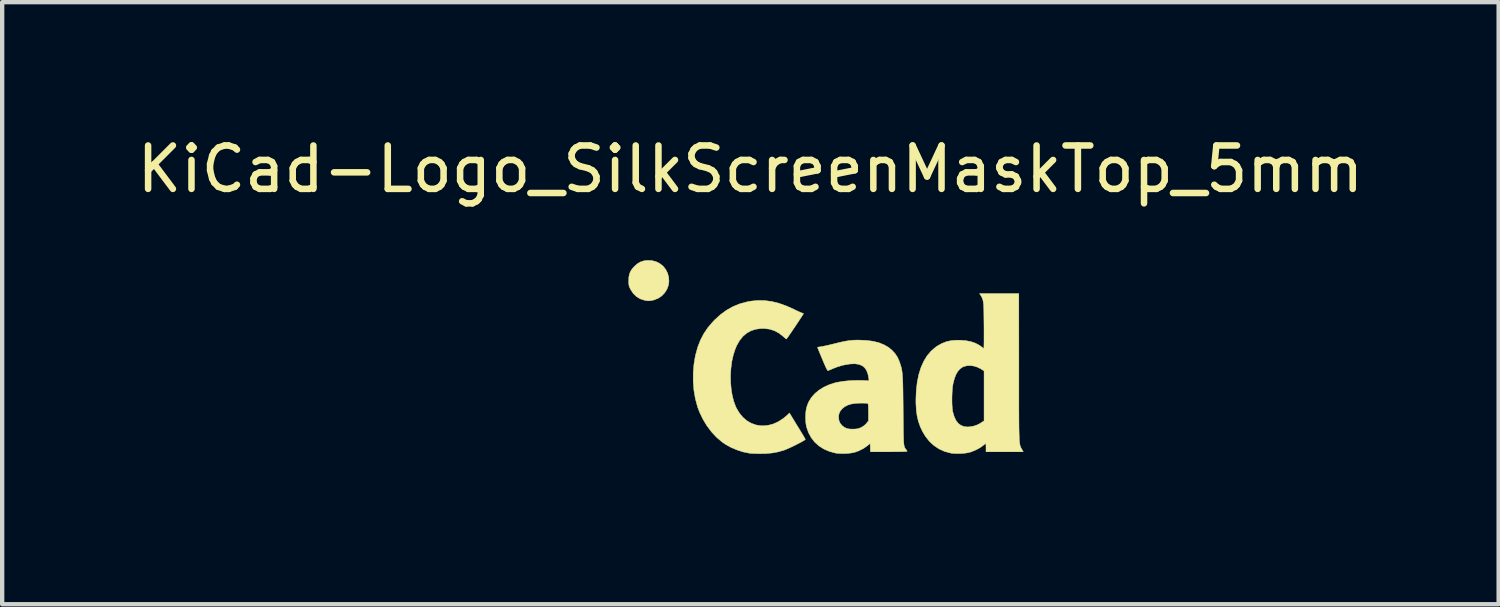
<source format=kicad_pcb>
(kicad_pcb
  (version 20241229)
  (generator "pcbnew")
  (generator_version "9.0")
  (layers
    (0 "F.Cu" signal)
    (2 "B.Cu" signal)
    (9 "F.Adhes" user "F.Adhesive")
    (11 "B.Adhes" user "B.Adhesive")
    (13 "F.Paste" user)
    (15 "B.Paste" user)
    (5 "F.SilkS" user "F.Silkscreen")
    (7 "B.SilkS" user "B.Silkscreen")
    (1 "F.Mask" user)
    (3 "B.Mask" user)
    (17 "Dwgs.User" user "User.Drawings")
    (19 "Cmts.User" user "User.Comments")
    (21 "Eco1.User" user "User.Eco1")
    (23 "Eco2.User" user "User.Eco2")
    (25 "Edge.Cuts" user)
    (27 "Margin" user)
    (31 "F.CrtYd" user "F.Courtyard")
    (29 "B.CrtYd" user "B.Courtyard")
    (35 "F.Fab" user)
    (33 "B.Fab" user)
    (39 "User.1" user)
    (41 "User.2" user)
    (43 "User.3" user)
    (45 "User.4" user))
  (footprint "KiCad-Logo_SilkScreenMaskTop_5mm"
    (layer "F.Cu")
    (at 14.244 5.928)
    (property "Reference" "KiCad-Logo_SilkScreenMaskTop_5mm" (at 0 -5.08 0) (layer "F.SilkS") (effects (font (size 1 1) (thickness 0.15))))
    (attr exclude_from_pos_files exclude_from_bom)
    (fp_poly (pts (xy -2.946 -2.511) (xy -2.936 -2.397) (xy -2.904 -2.289) (xy -2.853 -2.19) (xy -2.784 -2.102) (xy -2.699 -2.027) (xy -2.602 -1.97) (xy -2.496 -1.93) (xy -2.389 -1.911) (xy -2.283 -1.913) (xy -2.181 -1.932) (xy -2.085 -1.969) (xy -1.996 -2.021) (xy -1.917 -2.087) (xy -1.849 -2.167) (xy -1.796 -2.258) (xy -1.759 -2.359) (xy -1.74 -2.47) (xy -1.738 -2.52) (xy -1.738 -2.608) (xy -1.687 -2.608) (xy -1.65 -2.605) (xy -1.623 -2.593) (xy -1.596 -2.569) (xy -1.558 -2.531) (xy -1.558 -0.339) (xy -1.558 -0.077) (xy -1.558 0.163) (xy -1.558 0.383) (xy -1.558 0.583) (xy -1.558 0.764) (xy -1.558 0.928) (xy -1.559 1.074) (xy -1.559 1.205) (xy -1.559 1.32) (xy -1.56 1.421) (xy -1.561 1.509) (xy -1.561 1.585) (xy -1.562 1.65) (xy -1.563 1.704) (xy -1.564 1.749) (xy -1.565 1.786) (xy -1.567 1.815) (xy -1.568 1.837) (xy -1.57 1.854) (xy -1.572 1.866) (xy -1.574 1.874) (xy -1.576 1.88) (xy -1.577 1.882) (xy -1.581 1.889) (xy -1.585 1.895) (xy -1.589 1.901) (xy -1.594 1.906) (xy -1.601 1.911) (xy -1.611 1.916) (xy -1.625 1.92) (xy -1.645 1.923) (xy -1.669 1.926) (xy -1.701 1.929) (xy -1.741 1.931) (xy -1.789 1.934) (xy -1.846 1.935) (xy -1.914 1.937) (xy -1.994 1.938) (xy -2.085 1.939) (xy -2.19 1.94) (xy -2.309 1.94) (xy -2.443 1.941) (xy -2.593 1.941) (xy -2.76 1.941) (xy -2.945 1.942) (xy -3.149 1.942) (xy -3.372 1.942) (xy -3.616 1.941) (xy -3.881 1.941) (xy -3.92 1.941) (xy -4.187 1.941) (xy -4.432 1.941) (xy -4.657 1.941) (xy -4.861 1.941) (xy -5.047 1.941) (xy -5.215 1.941) (xy -5.366 1.94) (xy -5.501 1.94) (xy -5.62 1.939) (xy -5.725 1.939) (xy -5.817 1.938) (xy -5.896 1.938) (xy -5.964 1.937) (xy -6.021 1.936) (xy -6.069 1.935) (xy -6.107 1.933) (xy -6.138 1.932) (xy -6.162 1.931) (xy -6.18 1.929) (xy -6.192 1.927) (xy -6.201 1.925) (xy -6.205 1.923) (xy -6.214 1.92) (xy -6.221 1.917) (xy -6.229 1.915) (xy -6.235 1.911) (xy -6.241 1.906) (xy -6.246 1.897) (xy -6.251 1.885) (xy -6.255 1.869) (xy -6.259 1.846) (xy -6.262 1.818) (xy -6.265 1.781) (xy -6.268 1.737) (xy -6.27 1.683) (xy -6.271 1.618) (xy -6.273 1.543) (xy -6.274 1.455) (xy -6.275 1.354) (xy -6.276 1.239) (xy -6.276 1.11) (xy -6.276 0.964) (xy -6.277 0.802) (xy -6.277 0.621) (xy -6.277 0.422) (xy -6.277 0.204) (xy -6.277 -0.035) (xy -6.277 -0.296) (xy -6.277 -0.338) (xy -6.277 -0.601) (xy -6.277 -0.842) (xy -6.277 -1.063) (xy -6.277 -1.264) (xy -6.277 -1.446) (xy -6.276 -1.61) (xy -6.276 -1.757) (xy -6.276 -1.888) (xy -6.275 -1.998) (xy -5.972 -1.998) (xy -5.932 -1.94) (xy -5.921 -1.925) (xy -5.911 -1.911) (xy -5.902 -1.897) (xy -5.894 -1.883) (xy -5.887 -1.868) (xy -5.881 -1.849) (xy -5.875 -1.826) (xy -5.871 -1.798) (xy -5.867 -1.764) (xy -5.863 -1.722) (xy -5.861 -1.67) (xy -5.858 -1.609) (xy -5.857 -1.537) (xy -5.855 -1.452) (xy -5.855 -1.354) (xy -5.854 -1.24) (xy -5.853 -1.111) (xy -5.853 -0.965) (xy -5.853 -0.8) (xy -5.853 -0.616) (xy -5.853 -0.41) (xy -5.853 -0.288) (xy -5.853 -0.071) (xy -5.853 0.125) (xy -5.853 0.3) (xy -5.853 0.456) (xy -5.854 0.595) (xy -5.854 0.717) (xy -5.855 0.823) (xy -5.856 0.915) (xy -5.857 0.994) (xy -5.859 1.062) (xy -5.862 1.118) (xy -5.865 1.165) (xy -5.868 1.204) (xy -5.872 1.235) (xy -5.877 1.261) (xy -5.883 1.282) (xy -5.89 1.299) (xy -5.897 1.314) (xy -5.906 1.327) (xy -5.915 1.341) (xy -5.925 1.356) (xy -5.932 1.365) (xy -5.97 1.422) (xy -5.439 1.422) (xy -5.315 1.422) (xy -5.213 1.422) (xy -5.129 1.422) (xy -5.063 1.421) (xy -5.012 1.42) (xy -4.974 1.419) (xy -4.948 1.417) (xy -4.932 1.415) (xy -4.923 1.412) (xy -4.921 1.408) (xy -4.923 1.404) (xy -4.925 1.403) (xy -4.95 1.366) (xy -4.976 1.313) (xy -4.999 1.251) (xy -5.007 1.224) (xy -5.012 1.206) (xy -5.016 1.185) (xy -5.019 1.159) (xy -5.022 1.126) (xy -5.024 1.083) (xy -5.026 1.028) (xy -5.028 0.96) (xy -5.029 0.877) (xy -5.03 0.775) (xy -5.031 0.654) (xy -5.032 0.61) (xy -5.033 0.484) (xy -5.033 0.38) (xy -5.034 0.295) (xy -5.034 0.227) (xy -5.034 0.174) (xy -5.033 0.135) (xy -5.031 0.107) (xy -5.029 0.09) (xy -5.027 0.081) (xy -5.023 0.078) (xy -5.019 0.08) (xy -5.015 0.085) (xy -5.004 0.098) (xy -4.982 0.127) (xy -4.95 0.17) (xy -4.909 0.225) (xy -4.861 0.289) (xy -4.808 0.362) (xy -4.751 0.44) (xy -4.691 0.521) (xy -4.631 0.603) (xy -4.572 0.685) (xy -4.514 0.763) (xy -4.461 0.836) (xy -4.413 0.902) (xy -4.373 0.959) (xy -4.341 1.004) (xy -4.318 1.035) (xy -4.314 1.041) (xy -4.291 1.078) (xy -4.264 1.126) (xy -4.239 1.176) (xy -4.236 1.183) (xy -4.214 1.231) (xy -4.201 1.268) (xy -4.196 1.304) (xy -4.194 1.346) (xy -4.195 1.422) (xy -3.041 1.422) (xy -3.132 1.329) (xy -3.179 1.279) (xy -3.229 1.222) (xy -3.275 1.168) (xy -3.295 1.143) (xy -3.326 1.103) (xy -3.366 1.05) (xy -3.414 0.985) (xy -3.47 0.909) (xy -3.532 0.825) (xy -3.599 0.733) (xy -3.669 0.636) (xy -3.743 0.535) (xy -3.817 0.432) (xy -3.892 0.328) (xy -3.966 0.225) (xy -4.038 0.125) (xy -4.106 0.029) (xy -4.17 -0.061) (xy -4.229 -0.144) (xy -4.28 -0.218) (xy -4.324 -0.28) (xy -4.359 -0.33) (xy -4.383 -0.367) (xy -4.396 -0.387) (xy -4.398 -0.391) (xy -4.39 -0.403) (xy -4.369 -0.43) (xy -4.337 -0.471) (xy -4.294 -0.525) (xy -4.243 -0.589) (xy -4.185 -0.663) (xy -4.12 -0.744) (xy -4.051 -0.831) (xy -3.979 -0.921) (xy -3.904 -1.014) (xy -3.845 -1.088) (xy -2.834 -1.088) (xy -2.828 -1.075) (xy -2.813 -1.053) (xy -2.812 -1.052) (xy -2.793 -1.021) (xy -2.774 -0.985) (xy -2.77 -0.976) (xy -2.766 -0.968) (xy -2.763 -0.958) (xy -2.76 -0.945) (xy -2.758 -0.927) (xy -2.756 -0.904) (xy -2.754 -0.873) (xy -2.753 -0.833) (xy -2.751 -0.784) (xy -2.75 -0.723) (xy -2.749 -0.649) (xy -2.749 -0.561) (xy -2.748 -0.457) (xy -2.747 -0.337) (xy -2.747 -0.198) (xy -2.746 -0.039) (xy -2.746 0.14) (xy -2.745 0.325) (xy -2.745 0.489) (xy -2.745 0.633) (xy -2.744 0.759) (xy -2.745 0.868) (xy -2.745 0.961) (xy -2.747 1.04) (xy -2.748 1.106) (xy -2.75 1.161) (xy -2.753 1.206) (xy -2.757 1.242) (xy -2.761 1.271) (xy -2.766 1.295) (xy -2.772 1.313) (xy -2.779 1.329) (xy -2.787 1.344) (xy -2.797 1.358) (xy -2.805 1.37) (xy -2.822 1.396) (xy -2.832 1.414) (xy -2.834 1.417) (xy -2.823 1.418) (xy -2.791 1.419) (xy -2.742 1.42) (xy -2.677 1.421) (xy -2.599 1.422) (xy -2.51 1.422) (xy -2.411 1.422) (xy -2.342 1.422) (xy -2.237 1.422) (xy -2.141 1.422) (xy -2.054 1.421) (xy -1.98 1.419) (xy -1.921 1.418) (xy -1.879 1.416) (xy -1.855 1.414) (xy -1.851 1.412) (xy -1.859 1.398) (xy -1.867 1.39) (xy -1.88 1.372) (xy -1.897 1.342) (xy -1.909 1.318) (xy -1.936 1.259) (xy -1.939 0.082) (xy -1.942 -1.095) (xy -2.388 -1.095) (xy -2.486 -1.095) (xy -2.576 -1.094) (xy -2.657 -1.094) (xy -2.725 -1.093) (xy -2.779 -1.092) (xy -2.815 -1.09) (xy -2.833 -1.089) (xy -2.834 -1.088) (xy -3.845 -1.088) (xy -3.829 -1.107) (xy -3.755 -1.199) (xy -3.683 -1.289) (xy -3.615 -1.374) (xy -3.551 -1.452) (xy -3.494 -1.523) (xy -3.444 -1.584) (xy -3.403 -1.633) (xy -3.386 -1.654) (xy -3.3 -1.754) (xy -3.223 -1.838) (xy -3.154 -1.906) (xy -3.091 -1.96) (xy -3.082 -1.967) (xy -3.042 -1.998) (xy -4.174 -1.998) (xy -4.169 -1.95) (xy -4.172 -1.893) (xy -4.194 -1.825) (xy -4.234 -1.745) (xy -4.279 -1.673) (xy -4.295 -1.65) (xy -4.323 -1.612) (xy -4.361 -1.562) (xy -4.408 -1.501) (xy -4.462 -1.432) (xy -4.52 -1.356) (xy -4.582 -1.276) (xy -4.646 -1.194) (xy -4.71 -1.112) (xy -4.773 -1.032) (xy -4.832 -0.957) (xy -4.887 -0.888) (xy -4.935 -0.828) (xy -4.974 -0.778) (xy -5.004 -0.742) (xy -5.022 -0.72) (xy -5.025 -0.717) (xy -5.028 -0.725) (xy -5.03 -0.755) (xy -5.032 -0.807) (xy -5.033 -0.881) (xy -5.033 -0.977) (xy -5.033 -1.094) (xy -5.032 -1.214) (xy -5.03 -1.346) (xy -5.029 -1.457) (xy -5.027 -1.551) (xy -5.024 -1.629) (xy -5.021 -1.692) (xy -5.016 -1.745) (xy -5.009 -1.788) (xy -5.002 -1.823) (xy -4.992 -1.854) (xy -4.98 -1.882) (xy -4.965 -1.91) (xy -4.95 -1.935) (xy -4.912 -1.998) (xy -5.972 -1.998) (xy -6.275 -1.998) (xy -6.275 -2.004) (xy -6.274 -2.106) (xy -6.273 -2.195) (xy -6.272 -2.272) (xy -6.27 -2.337) (xy -6.269 -2.393) (xy -6.266 -2.438) (xy -6.264 -2.475) (xy -6.261 -2.505) (xy -6.258 -2.528) (xy -6.254 -2.546) (xy -6.25 -2.559) (xy -6.245 -2.568) (xy -6.24 -2.574) (xy -6.234 -2.579) (xy -6.228 -2.582) (xy -6.222 -2.586) (xy -6.216 -2.589) (xy -6.21 -2.592) (xy -6.202 -2.594) (xy -6.19 -2.596) (xy -6.173 -2.598) (xy -6.149 -2.6) (xy -6.118 -2.601) (xy -6.079 -2.602) (xy -6.03 -2.603) (xy -5.971 -2.604) (xy -5.899 -2.605) (xy -5.815 -2.606) (xy -5.718 -2.606) (xy -5.605 -2.607) (xy -5.476 -2.607) (xy -5.33 -2.607) (xy -5.166 -2.608) (xy -4.982 -2.608) (xy -4.778 -2.608) (xy -4.567 -2.608) (xy -2.946 -2.608) (xy -2.946 -2.511)) (stroke (width 0.01) (type solid)) (fill yes) (layer "F.Mask"))
    (fp_poly (pts (xy -2.273 -2.973) (xy -2.177 -2.949) (xy -2.09 -2.906) (xy -2.015 -2.847) (xy -1.954 -2.772) (xy -1.909 -2.683) (xy -1.883 -2.586) (xy -1.877 -2.489) (xy -1.892 -2.395) (xy -1.926 -2.307) (xy -1.977 -2.228) (xy -2.042 -2.16) (xy -2.121 -2.106) (xy -2.212 -2.068) (xy -2.263 -2.056) (xy -2.308 -2.048) (xy -2.342 -2.045) (xy -2.375 -2.047) (xy -2.415 -2.054) (xy -2.449 -2.061) (xy -2.542 -2.092) (xy -2.626 -2.143) (xy -2.698 -2.213) (xy -2.756 -2.298) (xy -2.77 -2.326) (xy -2.787 -2.362) (xy -2.797 -2.392) (xy -2.802 -2.425) (xy -2.805 -2.466) (xy -2.805 -2.512) (xy -2.801 -2.596) (xy -2.787 -2.665) (xy -2.762 -2.726) (xy -2.723 -2.784) (xy -2.684 -2.829) (xy -2.612 -2.895) (xy -2.537 -2.94) (xy -2.455 -2.967) (xy -2.377 -2.977) (xy -2.273 -2.973)) (stroke (width 0.01) (type solid)) (fill yes) (layer "F.SilkS"))
    (fp_poly (pts (xy 0.328 -2.051) (xy 0.489 -2.03) (xy 0.653 -1.99) (xy 0.822 -1.93) (xy 1 -1.851) (xy 1.011 -1.845) (xy 1.069 -1.817) (xy 1.121 -1.793) (xy 1.162 -1.775) (xy 1.19 -1.764) (xy 1.2 -1.761) (xy 1.219 -1.756) (xy 1.224 -1.752) (xy 1.218 -1.741) (xy 1.202 -1.715) (xy 1.177 -1.676) (xy 1.145 -1.626) (xy 1.107 -1.569) (xy 1.066 -1.507) (xy 1.023 -1.442) (xy 0.98 -1.379) (xy 0.939 -1.319) (xy 0.902 -1.265) (xy 0.871 -1.22) (xy 0.847 -1.186) (xy 0.832 -1.167) (xy 0.83 -1.165) (xy 0.82 -1.17) (xy 0.798 -1.187) (xy 0.767 -1.214) (xy 0.752 -1.228) (xy 0.655 -1.303) (xy 0.548 -1.359) (xy 0.433 -1.394) (xy 0.31 -1.408) (xy 0.241 -1.407) (xy 0.119 -1.39) (xy 0.01 -1.354) (xy -0.087 -1.299) (xy -0.174 -1.225) (xy -0.249 -1.131) (xy -0.314 -1.018) (xy -0.351 -0.931) (xy -0.395 -0.796) (xy -0.428 -0.648) (xy -0.448 -0.493) (xy -0.458 -0.333) (xy -0.456 -0.173) (xy -0.443 -0.016) (xy -0.419 0.133) (xy -0.384 0.271) (xy -0.338 0.395) (xy -0.322 0.429) (xy -0.253 0.543) (xy -0.173 0.64) (xy -0.081 0.718) (xy 0.02 0.777) (xy 0.13 0.816) (xy 0.247 0.834) (xy 0.289 0.835) (xy 0.41 0.824) (xy 0.531 0.791) (xy 0.649 0.737) (xy 0.762 0.663) (xy 0.854 0.585) (xy 0.9 0.54) (xy 1.081 0.837) (xy 1.127 0.911) (xy 1.168 0.98) (xy 1.204 1.039) (xy 1.233 1.088) (xy 1.254 1.124) (xy 1.265 1.144) (xy 1.266 1.147) (xy 1.258 1.157) (xy 1.233 1.174) (xy 1.193 1.197) (xy 1.142 1.225) (xy 1.084 1.255) (xy 1.021 1.287) (xy 0.958 1.318) (xy 0.896 1.346) (xy 0.839 1.371) (xy 0.791 1.391) (xy 0.768 1.399) (xy 0.634 1.437) (xy 0.496 1.462) (xy 0.349 1.475) (xy 0.222 1.477) (xy 0.154 1.476) (xy 0.088 1.474) (xy 0.031 1.471) (xy -0.013 1.468) (xy -0.027 1.466) (xy -0.166 1.438) (xy -0.307 1.392) (xy -0.445 1.334) (xy -0.572 1.264) (xy -0.649 1.211) (xy -0.777 1.103) (xy -0.895 0.977) (xy -1.002 0.835) (xy -1.095 0.681) (xy -1.173 0.518) (xy -1.217 0.401) (xy -1.267 0.217) (xy -1.301 0.023) (xy -1.318 -0.179) (xy -1.318 -0.382) (xy -1.301 -0.584) (xy -1.268 -0.781) (xy -1.217 -0.967) (xy -1.214 -0.978) (xy -1.151 -1.14) (xy -1.074 -1.288) (xy -0.981 -1.426) (xy -0.868 -1.558) (xy -0.825 -1.604) (xy -0.688 -1.728) (xy -0.549 -1.83) (xy -0.403 -1.912) (xy -0.249 -1.975) (xy -0.084 -2.02) (xy 0.011 -2.038) (xy 0.17 -2.054) (xy 0.328 -2.051)) (stroke (width 0.01) (type solid)) (fill yes) (layer "F.SilkS"))
    (fp_poly (pts (xy 6.187 -0.528) (xy 6.187 -0.293) (xy 6.187 -0.08) (xy 6.187 0.112) (xy 6.187 0.285) (xy 6.187 0.441) (xy 6.188 0.579) (xy 6.188 0.701) (xy 6.189 0.808) (xy 6.19 0.901) (xy 6.192 0.982) (xy 6.194 1.051) (xy 6.196 1.11) (xy 6.198 1.159) (xy 6.202 1.2) (xy 6.205 1.234) (xy 6.21 1.262) (xy 6.214 1.285) (xy 6.22 1.304) (xy 6.226 1.321) (xy 6.233 1.335) (xy 6.24 1.349) (xy 6.249 1.364) (xy 6.254 1.373) (xy 6.288 1.434) (xy 5.43 1.434) (xy 5.43 1.338) (xy 5.429 1.294) (xy 5.427 1.261) (xy 5.424 1.243) (xy 5.423 1.242) (xy 5.412 1.249) (xy 5.389 1.267) (xy 5.366 1.286) (xy 5.312 1.327) (xy 5.242 1.368) (xy 5.165 1.405) (xy 5.088 1.435) (xy 5.057 1.445) (xy 4.989 1.46) (xy 4.906 1.47) (xy 4.816 1.475) (xy 4.728 1.474) (xy 4.649 1.469) (xy 4.612 1.463) (xy 4.473 1.425) (xy 4.346 1.367) (xy 4.23 1.29) (xy 4.127 1.195) (xy 4.036 1.081) (xy 3.969 0.97) (xy 3.914 0.854) (xy 3.872 0.734) (xy 3.842 0.608) (xy 3.823 0.472) (xy 3.815 0.32) (xy 3.814 0.243) (xy 3.816 0.186) (xy 4.645 0.186) (xy 4.645 0.279) (xy 4.648 0.367) (xy 4.654 0.444) (xy 4.662 0.505) (xy 4.665 0.517) (xy 4.697 0.625) (xy 4.738 0.712) (xy 4.79 0.779) (xy 4.853 0.826) (xy 4.926 0.853) (xy 5.011 0.862) (xy 5.107 0.851) (xy 5.17 0.835) (xy 5.219 0.817) (xy 5.274 0.791) (xy 5.314 0.767) (xy 5.385 0.721) (xy 5.385 -0.429) (xy 5.317 -0.473) (xy 5.239 -0.514) (xy 5.155 -0.541) (xy 5.07 -0.553) (xy 4.988 -0.549) (xy 4.915 -0.53) (xy 4.883 -0.515) (xy 4.826 -0.472) (xy 4.777 -0.415) (xy 4.735 -0.342) (xy 4.701 -0.252) (xy 4.672 -0.141) (xy 4.671 -0.135) (xy 4.66 -0.073) (xy 4.653 0.005) (xy 4.648 0.093) (xy 4.645 0.186) (xy 3.816 0.186) (xy 3.822 0.03) (xy 3.844 -0.166) (xy 3.88 -0.345) (xy 3.93 -0.506) (xy 3.994 -0.65) (xy 4.071 -0.777) (xy 4.163 -0.886) (xy 4.268 -0.977) (xy 4.314 -1.008) (xy 4.415 -1.064) (xy 4.518 -1.104) (xy 4.628 -1.128) (xy 4.749 -1.138) (xy 4.842 -1.137) (xy 4.971 -1.126) (xy 5.084 -1.104) (xy 5.183 -1.07) (xy 5.271 -1.024) (xy 5.32 -0.99) (xy 5.349 -0.968) (xy 5.371 -0.953) (xy 5.379 -0.948) (xy 5.381 -0.959) (xy 5.382 -0.99) (xy 5.383 -1.037) (xy 5.384 -1.1) (xy 5.384 -1.173) (xy 5.384 -1.256) (xy 5.384 -1.344) (xy 5.384 -1.436) (xy 5.383 -1.528) (xy 5.382 -1.618) (xy 5.381 -1.704) (xy 5.38 -1.781) (xy 5.379 -1.848) (xy 5.377 -1.902) (xy 5.375 -1.94) (xy 5.375 -1.947) (xy 5.367 -2.018) (xy 5.356 -2.073) (xy 5.338 -2.12) (xy 5.312 -2.166) (xy 5.305 -2.176) (xy 5.281 -2.213) (xy 6.186 -2.213) (xy 6.187 -0.528)) (stroke (width 0.01) (type solid)) (fill yes) (layer "F.SilkS"))
    (fp_poly (pts (xy 2.674 -1.133) (xy 2.825 -1.113) (xy 2.961 -1.08) (xy 3.08 -1.032) (xy 3.185 -0.971) (xy 3.262 -0.907) (xy 3.331 -0.833) (xy 3.385 -0.753) (xy 3.428 -0.661) (xy 3.443 -0.618) (xy 3.456 -0.579) (xy 3.467 -0.543) (xy 3.477 -0.508) (xy 3.485 -0.472) (xy 3.492 -0.433) (xy 3.498 -0.39) (xy 3.503 -0.34) (xy 3.507 -0.283) (xy 3.51 -0.215) (xy 3.513 -0.136) (xy 3.515 -0.043) (xy 3.517 0.066) (xy 3.518 0.192) (xy 3.52 0.337) (xy 3.521 0.48) (xy 3.522 0.636) (xy 3.524 0.771) (xy 3.525 0.887) (xy 3.526 0.986) (xy 3.528 1.068) (xy 3.53 1.136) (xy 3.532 1.192) (xy 3.535 1.236) (xy 3.539 1.271) (xy 3.544 1.299) (xy 3.55 1.321) (xy 3.557 1.338) (xy 3.565 1.352) (xy 3.574 1.366) (xy 3.585 1.38) (xy 3.59 1.385) (xy 3.605 1.408) (xy 3.612 1.423) (xy 3.612 1.424) (xy 3.602 1.426) (xy 3.571 1.428) (xy 3.522 1.43) (xy 3.458 1.431) (xy 3.382 1.433) (xy 3.295 1.433) (xy 3.2 1.434) (xy 3.19 1.434) (xy 2.767 1.434) (xy 2.763 1.338) (xy 2.76 1.242) (xy 2.698 1.293) (xy 2.601 1.36) (xy 2.491 1.415) (xy 2.404 1.445) (xy 2.335 1.46) (xy 2.252 1.47) (xy 2.162 1.475) (xy 2.074 1.474) (xy 1.995 1.468) (xy 1.959 1.463) (xy 1.819 1.425) (xy 1.692 1.37) (xy 1.58 1.299) (xy 1.484 1.213) (xy 1.404 1.112) (xy 1.341 0.997) (xy 1.296 0.871) (xy 1.284 0.814) (xy 1.276 0.752) (xy 1.273 0.677) (xy 1.272 0.643) (xy 1.272 0.64) (xy 2.032 0.64) (xy 2.042 0.715) (xy 2.07 0.779) (xy 2.118 0.835) (xy 2.123 0.839) (xy 2.172 0.874) (xy 2.223 0.897) (xy 2.284 0.909) (xy 2.359 0.911) (xy 2.377 0.911) (xy 2.431 0.908) (xy 2.471 0.903) (xy 2.506 0.893) (xy 2.545 0.876) (xy 2.556 0.871) (xy 2.616 0.835) (xy 2.663 0.792) (xy 2.676 0.777) (xy 2.721 0.72) (xy 2.721 0.525) (xy 2.72 0.446) (xy 2.718 0.388) (xy 2.715 0.349) (xy 2.711 0.327) (xy 2.707 0.32) (xy 2.691 0.317) (xy 2.657 0.314) (xy 2.61 0.313) (xy 2.555 0.312) (xy 2.546 0.312) (xy 2.425 0.317) (xy 2.323 0.333) (xy 2.236 0.361) (xy 2.164 0.401) (xy 2.109 0.448) (xy 2.064 0.506) (xy 2.039 0.569) (xy 2.032 0.64) (xy 1.272 0.64) (xy 1.274 0.55) (xy 1.283 0.471) (xy 1.299 0.4) (xy 1.324 0.329) (xy 1.348 0.276) (xy 1.407 0.181) (xy 1.485 0.093) (xy 1.58 0.014) (xy 1.69 -0.055) (xy 1.813 -0.111) (xy 1.945 -0.154) (xy 2.009 -0.169) (xy 2.146 -0.191) (xy 2.294 -0.206) (xy 2.446 -0.212) (xy 2.572 -0.211) (xy 2.734 -0.204) (xy 2.727 -0.263) (xy 2.707 -0.362) (xy 2.676 -0.443) (xy 2.632 -0.506) (xy 2.575 -0.551) (xy 2.503 -0.58) (xy 2.416 -0.594) (xy 2.313 -0.591) (xy 2.275 -0.587) (xy 2.134 -0.562) (xy 1.997 -0.521) (xy 1.902 -0.483) (xy 1.857 -0.464) (xy 1.819 -0.448) (xy 1.792 -0.439) (xy 1.785 -0.437) (xy 1.775 -0.446) (xy 1.758 -0.475) (xy 1.734 -0.524) (xy 1.703 -0.594) (xy 1.665 -0.684) (xy 1.658 -0.7) (xy 1.628 -0.772) (xy 1.601 -0.838) (xy 1.578 -0.893) (xy 1.561 -0.936) (xy 1.55 -0.963) (xy 1.547 -0.972) (xy 1.557 -0.977) (xy 1.583 -0.982) (xy 1.611 -0.986) (xy 1.642 -0.991) (xy 1.689 -1) (xy 1.751 -1.013) (xy 1.821 -1.029) (xy 1.896 -1.047) (xy 1.925 -1.054) (xy 2.03 -1.08) (xy 2.117 -1.1) (xy 2.192 -1.115) (xy 2.258 -1.126) (xy 2.319 -1.133) (xy 2.381 -1.138) (xy 2.446 -1.14) (xy 2.504 -1.14) (xy 2.674 -1.133)) (stroke (width 0.01) (type solid)) (fill yes) (layer "F.SilkS")))
  (gr_rect
    (start -3 -3)
    (end 31.488 10.875)
    (stroke (width 0.1) (type default))
    (fill no)
    (layer "Edge.Cuts")))
</source>
